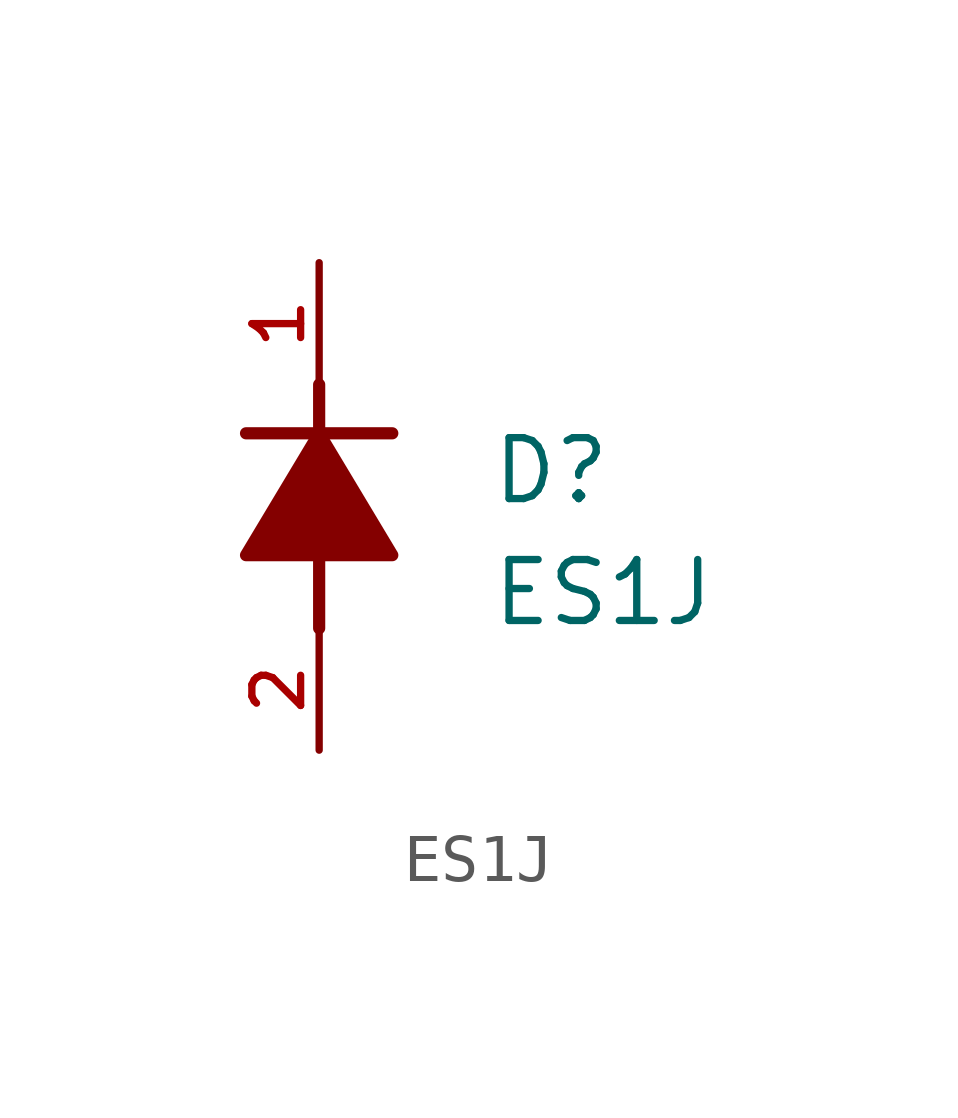
<source format=kicad_sym>
(kicad_symbol_lib
  (version 20211014)
  (generator kicad_symbol_editor)
  (symbol "ES1J"
    (pin_names
      (offset 1.016))
    (property "Reference" "D"
      (at 6.096 -5.08 0)
      (effects (font (size 1.27 1.27)) (justify bottom left)))
    (property "Value" "ES1J"
      (at 6.096 -7.62 0)
      (effects (font (size 1.27 1.27)) (justify bottom left)))
    (symbol "ES1J_0_0"
      (polyline (pts (xy 2.54 -2.54) (xy 2.54 -3.556)) (stroke (width 0.254)))
      (polyline (pts (xy 4.064 -3.556) (xy 1.016 -3.556)) (stroke (width 0.254)))
      (polyline (pts (xy 2.54 -3.556) (xy 1.016 -6.096) (xy 4.064 -6.096) (xy 2.54 -3.556)) (stroke (width 0.254)) (fill (type outline)))
      (polyline (pts (xy 2.54 -6.096) (xy 2.54 -7.62)) (stroke (width 0.254)))
      (pin passive line (at 2.54 0.0 270.0) (length 2.54) (name "~" (effects (font (size 1.016 1.016)))) (number "1" (effects (font (size 1.016 1.016)))))
      (pin passive line (at 2.54 -10.16 90.0) (length 2.54) (name "~" (effects (font (size 1.016 1.016)))) (number "2" (effects (font (size 1.016 1.016))))))))
</source>
